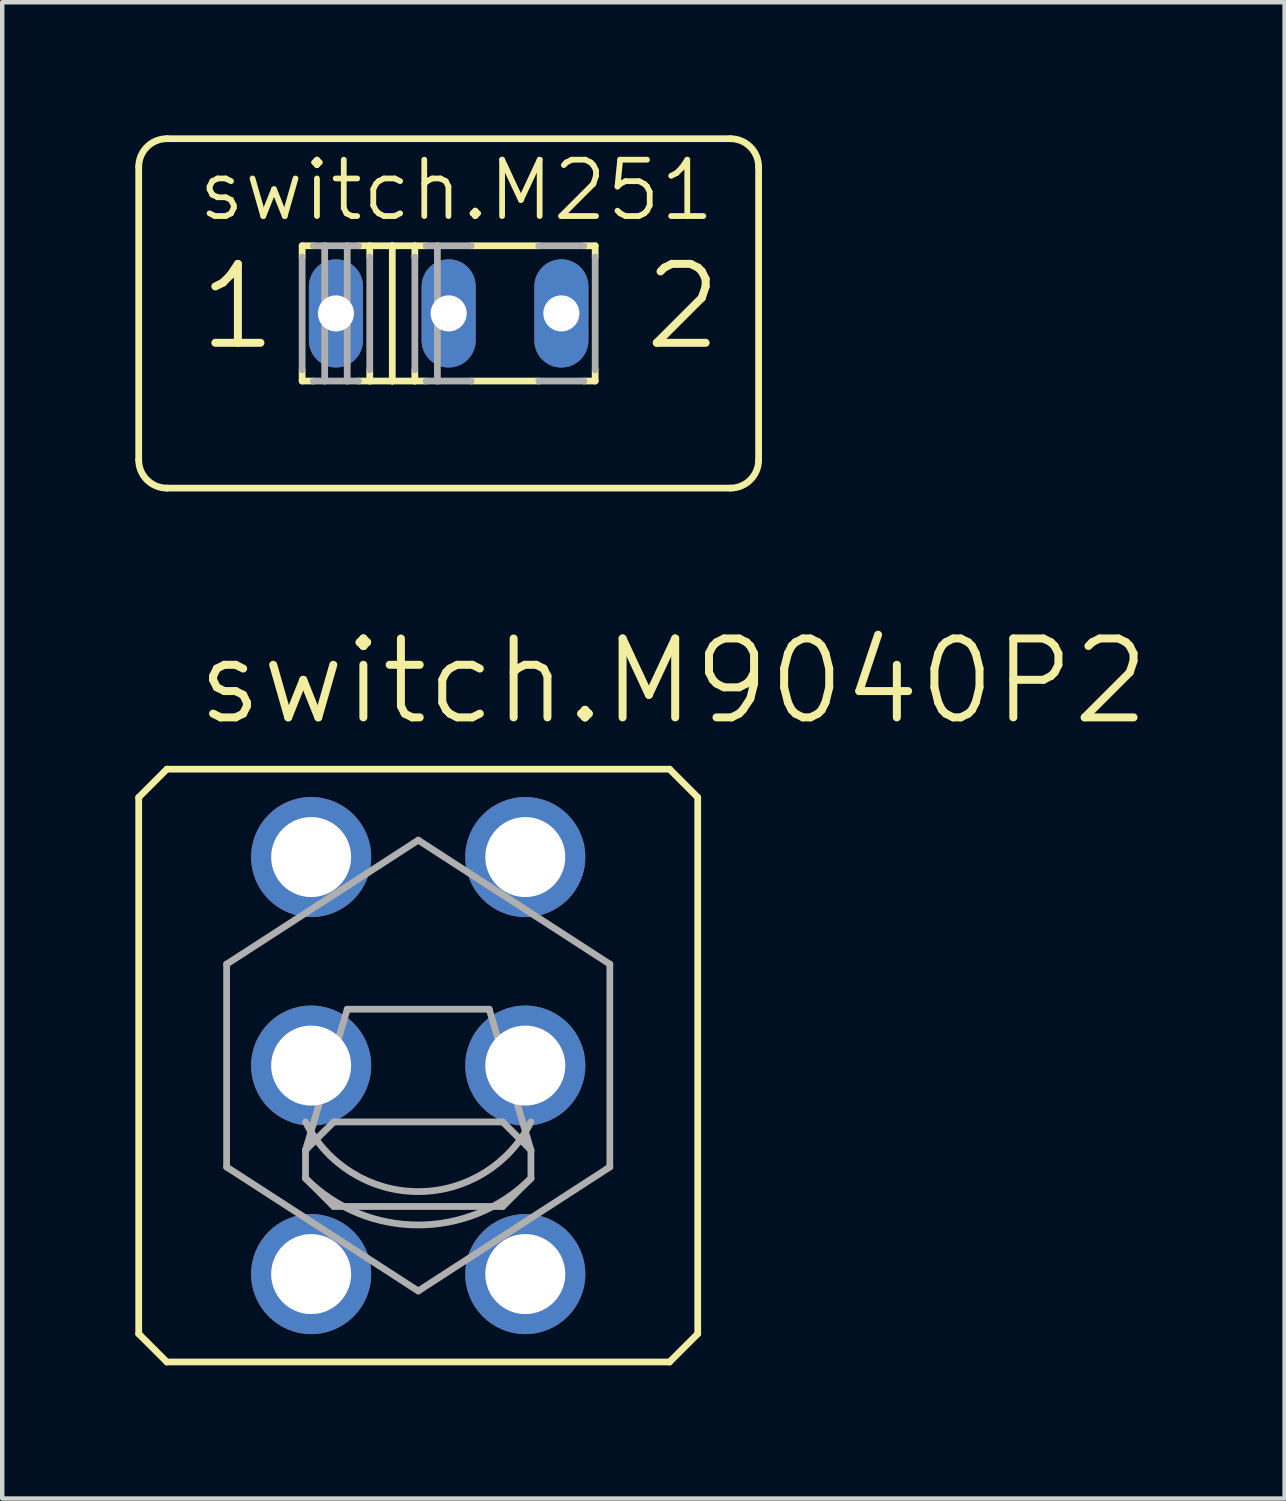
<source format=kicad_pcb>
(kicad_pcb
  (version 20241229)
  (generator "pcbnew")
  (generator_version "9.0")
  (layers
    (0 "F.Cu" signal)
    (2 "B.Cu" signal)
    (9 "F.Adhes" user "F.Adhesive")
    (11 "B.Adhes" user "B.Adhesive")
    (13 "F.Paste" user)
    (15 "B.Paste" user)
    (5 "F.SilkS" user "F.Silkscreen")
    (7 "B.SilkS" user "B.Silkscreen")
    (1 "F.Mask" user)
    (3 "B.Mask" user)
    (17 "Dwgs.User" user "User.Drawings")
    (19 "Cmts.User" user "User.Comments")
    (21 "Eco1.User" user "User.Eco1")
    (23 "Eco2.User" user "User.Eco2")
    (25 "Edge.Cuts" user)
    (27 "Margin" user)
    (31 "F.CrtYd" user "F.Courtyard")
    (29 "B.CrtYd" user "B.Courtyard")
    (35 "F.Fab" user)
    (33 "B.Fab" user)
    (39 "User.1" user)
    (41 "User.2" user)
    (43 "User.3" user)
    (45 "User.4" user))
  (footprint "switch.M251"
    (layer "F.Cu")
    (at 7.061 4.013)
    (property "Reference" "switch.M251" (at -5.715 -2.032 0) (layer "F.SilkS") (effects (font (size 1.27 1.27) (thickness 0.13)) (justify left bottom)))
    (attr through_hole)
    (fp_line (start -6.985 3.302) (end -6.985 -3.302) (stroke (width 0.152) (type default)) (layer "F.SilkS"))
    (fp_line (start -3.302 -1.524) (end -3.302 -1.27) (stroke (width 0.152) (type default)) (layer "F.SilkS"))
    (fp_line (start -3.302 -1.524) (end -3.048 -1.524) (stroke (width 0.152) (type default)) (layer "F.SilkS"))
    (fp_line (start -3.302 1.27) (end -3.302 1.524) (stroke (width 0.152) (type default)) (layer "F.SilkS"))
    (fp_line (start -3.048 1.524) (end -3.302 1.524) (stroke (width 0.152) (type default)) (layer "F.SilkS"))
    (fp_line (start -2.032 -1.524) (end -1.778 -1.524) (stroke (width 0.152) (type default)) (layer "F.SilkS"))
    (fp_line (start -1.778 -1.524) (end -1.27 -1.524) (stroke (width 0.152) (type default)) (layer "F.SilkS"))
    (fp_line (start -1.778 -1.27) (end -1.778 -1.524) (stroke (width 0.152) (type default)) (layer "F.SilkS"))
    (fp_line (start -1.778 1.27) (end -1.778 1.524) (stroke (width 0.152) (type default)) (layer "F.SilkS"))
    (fp_line (start -1.778 1.524) (end -2.032 1.524) (stroke (width 0.152) (type default)) (layer "F.SilkS"))
    (fp_line (start -1.27 -1.524) (end -0.762 -1.524) (stroke (width 0.152) (type default)) (layer "F.SilkS"))
    (fp_line (start -1.27 1.524) (end -1.778 1.524) (stroke (width 0.152) (type default)) (layer "F.SilkS"))
    (fp_line (start -1.27 1.524) (end -1.27 -1.524) (stroke (width 0.152) (type default)) (layer "F.SilkS"))
    (fp_line (start -0.762 -1.524) (end -0.762 -1.27) (stroke (width 0.152) (type default)) (layer "F.SilkS"))
    (fp_line (start -0.762 -1.524) (end -0.508 -1.524) (stroke (width 0.152) (type default)) (layer "F.SilkS"))
    (fp_line (start -0.762 1.27) (end -0.762 1.524) (stroke (width 0.152) (type default)) (layer "F.SilkS"))
    (fp_line (start -0.762 1.524) (end -1.27 1.524) (stroke (width 0.152) (type default)) (layer "F.SilkS"))
    (fp_line (start -0.762 1.524) (end -0.508 1.524) (stroke (width 0.152) (type default)) (layer "F.SilkS"))
    (fp_line (start 0.508 -1.524) (end 2.032 -1.524) (stroke (width 0.152) (type default)) (layer "F.SilkS"))
    (fp_line (start 2.032 1.524) (end 0.508 1.524) (stroke (width 0.152) (type default)) (layer "F.SilkS"))
    (fp_line (start 3.302 -1.524) (end 3.048 -1.524) (stroke (width 0.152) (type default)) (layer "F.SilkS"))
    (fp_line (start 3.302 -1.524) (end 3.302 -1.27) (stroke (width 0.152) (type default)) (layer "F.SilkS"))
    (fp_line (start 3.302 1.27) (end 3.302 1.524) (stroke (width 0.152) (type default)) (layer "F.SilkS"))
    (fp_line (start 3.302 1.524) (end 3.048 1.524) (stroke (width 0.152) (type default)) (layer "F.SilkS"))
    (fp_line (start 6.35 -3.937) (end -6.35 -3.937) (stroke (width 0.152) (type default)) (layer "F.SilkS"))
    (fp_line (start 6.35 3.937) (end -6.35 3.937) (stroke (width 0.152) (type default)) (layer "F.SilkS"))
    (fp_line (start 6.985 3.302) (end 6.985 -3.302) (stroke (width 0.152) (type default)) (layer "F.SilkS"))
    (fp_arc (start -6.985 -3.302) (mid -6.799013 -3.751013) (end -6.35 -3.937) (stroke (width 0.1524) (type default)) (layer "F.SilkS"))
    (fp_arc (start -6.35 3.937) (mid -6.799013 3.751013) (end -6.985 3.302) (stroke (width 0.1524) (type default)) (layer "F.SilkS"))
    (fp_arc (start 6.35 -3.937) (mid 6.799013 -3.751013) (end 6.985 -3.302) (stroke (width 0.1524) (type default)) (layer "F.SilkS"))
    (fp_arc (start 6.985 3.302) (mid 6.799013 3.751013) (end 6.35 3.937) (stroke (width 0.1524) (type default)) (layer "F.SilkS"))
    (fp_line (start -3.302 -1.27) (end -3.302 1.27) (stroke (width 0.152) (type default)) (layer "F.Fab"))
    (fp_line (start -3.048 1.524) (end -2.794 1.524) (stroke (width 0.152) (type default)) (layer "F.Fab"))
    (fp_line (start -2.794 -1.524) (end -3.048 -1.524) (stroke (width 0.152) (type default)) (layer "F.Fab"))
    (fp_line (start -2.794 -1.524) (end -2.794 1.524) (stroke (width 0.152) (type default)) (layer "F.Fab"))
    (fp_line (start -2.286 -1.524) (end -2.794 -1.524) (stroke (width 0.152) (type default)) (layer "F.Fab"))
    (fp_line (start -2.286 -1.524) (end -2.286 1.524) (stroke (width 0.152) (type default)) (layer "F.Fab"))
    (fp_line (start -2.286 1.524) (end -2.794 1.524) (stroke (width 0.152) (type default)) (layer "F.Fab"))
    (fp_line (start -2.286 1.524) (end -2.032 1.524) (stroke (width 0.152) (type default)) (layer "F.Fab"))
    (fp_line (start -2.032 -1.524) (end -2.286 -1.524) (stroke (width 0.152) (type default)) (layer "F.Fab"))
    (fp_line (start -1.778 -1.27) (end -1.778 1.27) (stroke (width 0.152) (type default)) (layer "F.Fab"))
    (fp_line (start -0.762 1.27) (end -0.762 -1.27) (stroke (width 0.152) (type default)) (layer "F.Fab"))
    (fp_line (start -0.508 -1.524) (end -0.254 -1.524) (stroke (width 0.152) (type default)) (layer "F.Fab"))
    (fp_line (start -0.254 -1.524) (end -0.254 1.524) (stroke (width 0.152) (type default)) (layer "F.Fab"))
    (fp_line (start -0.254 1.524) (end -0.508 1.524) (stroke (width 0.152) (type default)) (layer "F.Fab"))
    (fp_line (start 0.508 -1.524) (end -0.254 -1.524) (stroke (width 0.152) (type default)) (layer "F.Fab"))
    (fp_line (start 0.508 1.524) (end -0.254 1.524) (stroke (width 0.152) (type default)) (layer "F.Fab"))
    (fp_line (start 2.032 -1.524) (end 3.048 -1.524) (stroke (width 0.152) (type default)) (layer "F.Fab"))
    (fp_line (start 2.032 1.524) (end 3.048 1.524) (stroke (width 0.152) (type default)) (layer "F.Fab"))
    (fp_line (start 3.302 1.27) (end 3.302 -1.27) (stroke (width 0.152) (type default)) (layer "F.Fab"))
    (fp_text user "2" (at 4.318 0.889 0) (layer "F.SilkS") (effects (font (size 1.778 1.778) (thickness 0.18)) (justify left bottom)))
    (fp_text user "1" (at -5.715 0.889 0) (layer "F.SilkS") (effects (font (size 1.778 1.778) (thickness 0.18)) (justify left bottom)))
    (pad "1" thru_hole oval (at -2.54 0 90) (size 2.438 1.219) (drill 0.813) (layers "*.Cu" "*.Mask"))
    (pad "2" thru_hole oval (at 0 0 90) (size 2.438 1.219) (drill 0.813) (layers "*.Cu" "*.Mask"))
    (pad "3" thru_hole oval (at 2.54 0 90) (size 2.438 1.219) (drill 0.813) (layers "*.Cu" "*.Mask")))
  (footprint "switch.M9040P2"
    (layer "F.Cu")
    (at 6.375 20.964)
    (property "Reference" "switch.M9040P2" (at -5.08 -7.62 0) (layer "F.SilkS") (effects (font (size 1.778 1.778) (thickness 0.18)) (justify left bottom)))
    (attr through_hole)
    (fp_line (start -6.299 6.045) (end -6.299 -6.045) (stroke (width 0.152) (type default)) (layer "F.SilkS"))
    (fp_line (start -6.299 6.045) (end -5.664 6.68) (stroke (width 0.152) (type default)) (layer "F.SilkS"))
    (fp_line (start -5.664 -6.68) (end -6.299 -6.045) (stroke (width 0.152) (type default)) (layer "F.SilkS"))
    (fp_line (start -5.664 -6.68) (end 5.664 -6.68) (stroke (width 0.152) (type default)) (layer "F.SilkS"))
    (fp_line (start 5.664 6.68) (end -5.664 6.68) (stroke (width 0.152) (type default)) (layer "F.SilkS"))
    (fp_line (start 5.664 6.68) (end 6.299 6.045) (stroke (width 0.152) (type default)) (layer "F.SilkS"))
    (fp_line (start 6.299 -6.045) (end 5.664 -6.68) (stroke (width 0.152) (type default)) (layer "F.SilkS"))
    (fp_line (start 6.299 -6.045) (end 6.299 6.045) (stroke (width 0.152) (type default)) (layer "F.SilkS"))
    (fp_line (start -4.318 -2.286) (end -4.318 2.286) (stroke (width 0.152) (type default)) (layer "F.Fab"))
    (fp_line (start -4.318 2.286) (end 0 5.08) (stroke (width 0.152) (type default)) (layer "F.Fab"))
    (fp_line (start -2.54 2.54) (end -2.54 1.905) (stroke (width 0.152) (type default)) (layer "F.Fab"))
    (fp_line (start -2.54 2.54) (end -1.905 3.175) (stroke (width 0.152) (type default)) (layer "F.Fab"))
    (fp_line (start -1.905 1.27) (end -2.54 1.905) (stroke (width 0.152) (type default)) (layer "F.Fab"))
    (fp_line (start -1.905 1.27) (end 1.905 1.27) (stroke (width 0.152) (type default)) (layer "F.Fab"))
    (fp_line (start -1.6 -1.27) (end -2.54 1.905) (stroke (width 0.152) (type default)) (layer "F.Fab"))
    (fp_line (start -1.6 -1.27) (end 1.6 -1.27) (stroke (width 0.152) (type default)) (layer "F.Fab"))
    (fp_line (start 0 -5.08) (end -4.318 -2.286) (stroke (width 0.152) (type default)) (layer "F.Fab"))
    (fp_line (start 0 5.08) (end 4.318 2.286) (stroke (width 0.152) (type default)) (layer "F.Fab"))
    (fp_line (start 1.6 -1.27) (end 2.54 1.905) (stroke (width 0.152) (type default)) (layer "F.Fab"))
    (fp_line (start 1.905 1.27) (end 2.54 1.905) (stroke (width 0.152) (type default)) (layer "F.Fab"))
    (fp_line (start 1.905 3.175) (end -1.905 3.175) (stroke (width 0.152) (type default)) (layer "F.Fab"))
    (fp_line (start 1.905 3.175) (end 2.54 2.54) (stroke (width 0.152) (type default)) (layer "F.Fab"))
    (fp_line (start 2.54 1.905) (end 2.54 2.54) (stroke (width 0.152) (type default)) (layer "F.Fab"))
    (fp_line (start 4.318 -2.286) (end 0 -5.08) (stroke (width 0.152) (type default)) (layer "F.Fab"))
    (fp_line (start 4.318 -2.286) (end 4.318 2.286) (stroke (width 0.152) (type default)) (layer "F.Fab"))
    (fp_arc (start 2.54 1.27) (mid 0 2.839806) (end -2.54 1.27) (stroke (width 0.1524) (type default)) (layer "F.Fab"))
    (fp_arc (start 2.54 2.54) (mid 0 3.592102) (end -2.54 2.54) (stroke (width 0.1524) (type default)) (layer "F.Fab"))
    (pad "1" thru_hole circle (at -2.413 -4.699) (size 2.705 2.705) (drill 1.803) (layers "*.Cu" "*.Mask"))
    (pad "2" thru_hole circle (at -2.413 0) (size 2.705 2.705) (drill 1.803) (layers "*.Cu" "*.Mask"))
    (pad "3" thru_hole circle (at -2.413 4.699) (size 2.705 2.705) (drill 1.803) (layers "*.Cu" "*.Mask"))
    (pad "4" thru_hole circle (at 2.413 -4.699) (size 2.705 2.705) (drill 1.803) (layers "*.Cu" "*.Mask"))
    (pad "5" thru_hole circle (at 2.413 0) (size 2.705 2.705) (drill 1.803) (layers "*.Cu" "*.Mask"))
    (pad "6" thru_hole circle (at 2.413 4.699) (size 2.705 2.705) (drill 1.803) (layers "*.Cu" "*.Mask")))
  (gr_rect
    (start -3 -3)
    (end 25.9 30.721)
    (stroke (width 0.1) (type default))
    (fill no)
    (layer "Edge.Cuts")))
</source>
